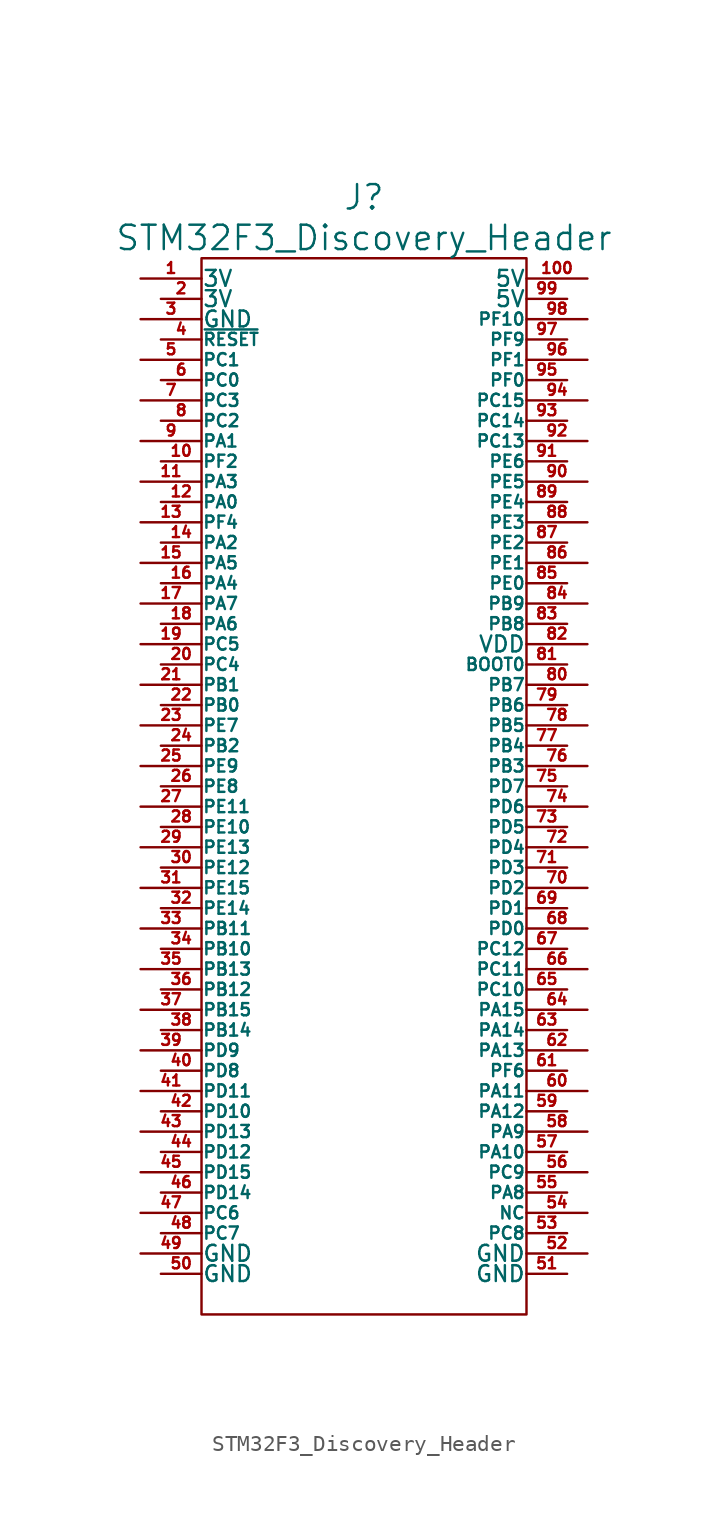
<source format=kicad_sym>
(kicad_symbol_lib
  (version 20211014)
  (generator kicad_symbol_editor)
  (symbol "STM32F3_Discovery_Header"
    (pin_names
      (offset 0.025))
    (property "Reference" "J"
      (at 0 36.83 0)
      (effects (font (size 1.524 1.524))))
    (property "Value" "STM32F3_Discovery_Header"
      (at 0 34.29 0)
      (effects (font (size 1.524 1.524))))
    (property "Footprint" ""
      (at 0 8.89 0)
      (effects (font (size 1.524 1.524))))
    (property "Datasheet" ""
      (at 0 8.89 0)
      (effects (font (size 1.524 1.524))))
    (symbol "STM32F3_Discovery_Header_0_1"
      (rectangle (start 10.16 -33.02) (end -10.16 33.02) (stroke (width 0) (type default) (color 0 0 0 0)) (fill (type none))))
    (symbol "STM32F3_Discovery_Header_1_1"
      (pin passive line (at -13.97 31.75 0) (length 3.81) (name "3V" (effects (font (size 0.991 0.991)))) (number "1" (effects (font (size 0.686 0.686)))))
      (pin passive line (at -12.7 20.32 0) (length 2.54) (name "PF2" (effects (font (size 0.762 0.762)))) (number "10" (effects (font (size 0.686 0.686)))))
      (pin passive line (at 13.97 31.75 180) (length 3.81) (name "5V" (effects (font (size 0.991 0.991)))) (number "100" (effects (font (size 0.686 0.686)))))
      (pin passive line (at -13.97 19.05 0) (length 3.81) (name "PA3" (effects (font (size 0.762 0.762)))) (number "11" (effects (font (size 0.686 0.686)))))
      (pin passive line (at -12.7 17.78 0) (length 2.54) (name "PA0" (effects (font (size 0.762 0.762)))) (number "12" (effects (font (size 0.686 0.686)))))
      (pin passive line (at -13.97 16.51 0) (length 3.81) (name "PF4" (effects (font (size 0.762 0.762)))) (number "13" (effects (font (size 0.686 0.686)))))
      (pin passive line (at -12.7 15.24 0) (length 2.54) (name "PA2" (effects (font (size 0.762 0.762)))) (number "14" (effects (font (size 0.686 0.686)))))
      (pin passive line (at -13.97 13.97 0) (length 3.81) (name "PA5" (effects (font (size 0.762 0.762)))) (number "15" (effects (font (size 0.686 0.686)))))
      (pin passive line (at -12.7 12.7 0) (length 2.54) (name "PA4" (effects (font (size 0.762 0.762)))) (number "16" (effects (font (size 0.686 0.686)))))
      (pin passive line (at -13.97 11.43 0) (length 3.81) (name "PA7" (effects (font (size 0.762 0.762)))) (number "17" (effects (font (size 0.686 0.686)))))
      (pin passive line (at -12.7 10.16 0) (length 2.54) (name "PA6" (effects (font (size 0.762 0.762)))) (number "18" (effects (font (size 0.686 0.686)))))
      (pin passive line (at -13.97 8.89 0) (length 3.81) (name "PC5" (effects (font (size 0.762 0.762)))) (number "19" (effects (font (size 0.686 0.686)))))
      (pin passive line (at -12.7 30.48 0) (length 2.54) (name "3V" (effects (font (size 0.991 0.991)))) (number "2" (effects (font (size 0.686 0.686)))))
      (pin passive line (at -12.7 7.62 0) (length 2.54) (name "PC4" (effects (font (size 0.762 0.762)))) (number "20" (effects (font (size 0.686 0.686)))))
      (pin passive line (at -13.97 6.35 0) (length 3.81) (name "PB1" (effects (font (size 0.762 0.762)))) (number "21" (effects (font (size 0.686 0.686)))))
      (pin passive line (at -12.7 5.08 0) (length 2.54) (name "PB0" (effects (font (size 0.762 0.762)))) (number "22" (effects (font (size 0.686 0.686)))))
      (pin passive line (at -13.97 3.81 0) (length 3.81) (name "PE7" (effects (font (size 0.762 0.762)))) (number "23" (effects (font (size 0.686 0.686)))))
      (pin passive line (at -12.7 2.54 0) (length 2.54) (name "PB2" (effects (font (size 0.762 0.762)))) (number "24" (effects (font (size 0.686 0.686)))))
      (pin passive line (at -13.97 1.27 0) (length 3.81) (name "PE9" (effects (font (size 0.762 0.762)))) (number "25" (effects (font (size 0.686 0.686)))))
      (pin passive line (at -12.7 0 0) (length 2.54) (name "PE8" (effects (font (size 0.762 0.762)))) (number "26" (effects (font (size 0.686 0.686)))))
      (pin passive line (at -13.97 -1.27 0) (length 3.81) (name "PE11" (effects (font (size 0.762 0.762)))) (number "27" (effects (font (size 0.686 0.686)))))
      (pin passive line (at -12.7 -2.54 0) (length 2.54) (name "PE10" (effects (font (size 0.762 0.762)))) (number "28" (effects (font (size 0.686 0.686)))))
      (pin passive line (at -13.97 -3.81 0) (length 3.81) (name "PE13" (effects (font (size 0.762 0.762)))) (number "29" (effects (font (size 0.686 0.686)))))
      (pin passive line (at -13.97 29.21 0) (length 3.81) (name "GND" (effects (font (size 0.991 0.991)))) (number "3" (effects (font (size 0.686 0.686)))))
      (pin passive line (at -12.7 -5.08 0) (length 2.54) (name "PE12" (effects (font (size 0.762 0.762)))) (number "30" (effects (font (size 0.686 0.686)))))
      (pin passive line (at -13.97 -6.35 0) (length 3.81) (name "PE15" (effects (font (size 0.762 0.762)))) (number "31" (effects (font (size 0.686 0.686)))))
      (pin passive line (at -12.7 -7.62 0) (length 2.54) (name "PE14" (effects (font (size 0.762 0.762)))) (number "32" (effects (font (size 0.686 0.686)))))
      (pin passive line (at -13.97 -8.89 0) (length 3.81) (name "PB11" (effects (font (size 0.762 0.762)))) (number "33" (effects (font (size 0.686 0.686)))))
      (pin passive line (at -12.7 -10.16 0) (length 2.54) (name "PB10" (effects (font (size 0.762 0.762)))) (number "34" (effects (font (size 0.686 0.686)))))
      (pin passive line (at -13.97 -11.43 0) (length 3.81) (name "PB13" (effects (font (size 0.762 0.762)))) (number "35" (effects (font (size 0.686 0.686)))))
      (pin passive line (at -12.7 -12.7 0) (length 2.54) (name "PB12" (effects (font (size 0.762 0.762)))) (number "36" (effects (font (size 0.686 0.686)))))
      (pin passive line (at -13.97 -13.97 0) (length 3.81) (name "PB15" (effects (font (size 0.762 0.762)))) (number "37" (effects (font (size 0.686 0.686)))))
      (pin passive line (at -12.7 -15.24 0) (length 2.54) (name "PB14" (effects (font (size 0.762 0.762)))) (number "38" (effects (font (size 0.686 0.686)))))
      (pin passive line (at -13.97 -16.51 0) (length 3.81) (name "PD9" (effects (font (size 0.762 0.762)))) (number "39" (effects (font (size 0.686 0.686)))))
      (pin passive line (at -12.7 27.94 0) (length 2.54) (name "~{RESET}" (effects (font (size 0.762 0.762)))) (number "4" (effects (font (size 0.686 0.686)))))
      (pin passive line (at -12.7 -17.78 0) (length 2.54) (name "PD8" (effects (font (size 0.762 0.762)))) (number "40" (effects (font (size 0.686 0.686)))))
      (pin passive line (at -13.97 -19.05 0) (length 3.81) (name "PD11" (effects (font (size 0.762 0.762)))) (number "41" (effects (font (size 0.686 0.686)))))
      (pin passive line (at -12.7 -20.32 0) (length 2.54) (name "PD10" (effects (font (size 0.762 0.762)))) (number "42" (effects (font (size 0.686 0.686)))))
      (pin passive line (at -13.97 -21.59 0) (length 3.81) (name "PD13" (effects (font (size 0.762 0.762)))) (number "43" (effects (font (size 0.686 0.686)))))
      (pin passive line (at -12.7 -22.86 0) (length 2.54) (name "PD12" (effects (font (size 0.762 0.762)))) (number "44" (effects (font (size 0.686 0.686)))))
      (pin passive line (at -13.97 -24.13 0) (length 3.81) (name "PD15" (effects (font (size 0.762 0.762)))) (number "45" (effects (font (size 0.686 0.686)))))
      (pin passive line (at -12.7 -25.4 0) (length 2.54) (name "PD14" (effects (font (size 0.762 0.762)))) (number "46" (effects (font (size 0.686 0.686)))))
      (pin passive line (at -13.97 -26.67 0) (length 3.81) (name "PC6" (effects (font (size 0.762 0.762)))) (number "47" (effects (font (size 0.686 0.686)))))
      (pin passive line (at -12.7 -27.94 0) (length 2.54) (name "PC7" (effects (font (size 0.762 0.762)))) (number "48" (effects (font (size 0.686 0.686)))))
      (pin passive line (at -13.97 -29.21 0) (length 3.81) (name "GND" (effects (font (size 0.991 0.991)))) (number "49" (effects (font (size 0.686 0.686)))))
      (pin passive line (at -13.97 26.67 0) (length 3.81) (name "PC1" (effects (font (size 0.762 0.762)))) (number "5" (effects (font (size 0.686 0.686)))))
      (pin passive line (at -12.7 -30.48 0) (length 2.54) (name "GND" (effects (font (size 0.991 0.991)))) (number "50" (effects (font (size 0.686 0.686)))))
      (pin passive line (at 12.7 -30.48 180) (length 2.54) (name "GND" (effects (font (size 0.991 0.991)))) (number "51" (effects (font (size 0.686 0.686)))))
      (pin passive line (at 13.97 -29.21 180) (length 3.81) (name "GND" (effects (font (size 0.991 0.991)))) (number "52" (effects (font (size 0.686 0.686)))))
      (pin passive line (at 12.7 -27.94 180) (length 2.54) (name "PC8" (effects (font (size 0.762 0.762)))) (number "53" (effects (font (size 0.686 0.686)))))
      (pin passive line (at 13.97 -26.67 180) (length 3.81) (name "NC" (effects (font (size 0.762 0.762)))) (number "54" (effects (font (size 0.686 0.686)))))
      (pin passive line (at 12.7 -25.4 180) (length 2.54) (name "PA8" (effects (font (size 0.762 0.762)))) (number "55" (effects (font (size 0.686 0.686)))))
      (pin passive line (at 13.97 -24.13 180) (length 3.81) (name "PC9" (effects (font (size 0.762 0.762)))) (number "56" (effects (font (size 0.686 0.686)))))
      (pin passive line (at 12.7 -22.86 180) (length 2.54) (name "PA10" (effects (font (size 0.762 0.762)))) (number "57" (effects (font (size 0.686 0.686)))))
      (pin passive line (at 13.97 -21.59 180) (length 3.81) (name "PA9" (effects (font (size 0.762 0.762)))) (number "58" (effects (font (size 0.686 0.686)))))
      (pin passive line (at 12.7 -20.32 180) (length 2.54) (name "PA12" (effects (font (size 0.762 0.762)))) (number "59" (effects (font (size 0.686 0.686)))))
      (pin passive line (at -12.7 25.4 0) (length 2.54) (name "PC0" (effects (font (size 0.762 0.762)))) (number "6" (effects (font (size 0.686 0.686)))))
      (pin passive line (at 13.97 -19.05 180) (length 3.81) (name "PA11" (effects (font (size 0.762 0.762)))) (number "60" (effects (font (size 0.686 0.686)))))
      (pin passive line (at 12.7 -17.78 180) (length 2.54) (name "PF6" (effects (font (size 0.762 0.762)))) (number "61" (effects (font (size 0.686 0.686)))))
      (pin passive line (at 13.97 -16.51 180) (length 3.81) (name "PA13" (effects (font (size 0.762 0.762)))) (number "62" (effects (font (size 0.686 0.686)))))
      (pin passive line (at 12.7 -15.24 180) (length 2.54) (name "PA14" (effects (font (size 0.762 0.762)))) (number "63" (effects (font (size 0.686 0.686)))))
      (pin passive line (at 13.97 -13.97 180) (length 3.81) (name "PA15" (effects (font (size 0.762 0.762)))) (number "64" (effects (font (size 0.686 0.686)))))
      (pin passive line (at 12.7 -12.7 180) (length 2.54) (name "PC10" (effects (font (size 0.762 0.762)))) (number "65" (effects (font (size 0.686 0.686)))))
      (pin passive line (at 13.97 -11.43 180) (length 3.81) (name "PC11" (effects (font (size 0.762 0.762)))) (number "66" (effects (font (size 0.686 0.686)))))
      (pin passive line (at 12.7 -10.16 180) (length 2.54) (name "PC12" (effects (font (size 0.762 0.762)))) (number "67" (effects (font (size 0.686 0.686)))))
      (pin passive line (at 13.97 -8.89 180) (length 3.81) (name "PD0" (effects (font (size 0.762 0.762)))) (number "68" (effects (font (size 0.686 0.686)))))
      (pin passive line (at 12.7 -7.62 180) (length 2.54) (name "PD1" (effects (font (size 0.762 0.762)))) (number "69" (effects (font (size 0.686 0.686)))))
      (pin passive line (at -13.97 24.13 0) (length 3.81) (name "PC3" (effects (font (size 0.762 0.762)))) (number "7" (effects (font (size 0.686 0.686)))))
      (pin passive line (at 13.97 -6.35 180) (length 3.81) (name "PD2" (effects (font (size 0.762 0.762)))) (number "70" (effects (font (size 0.686 0.686)))))
      (pin passive line (at 12.7 -5.08 180) (length 2.54) (name "PD3" (effects (font (size 0.762 0.762)))) (number "71" (effects (font (size 0.686 0.686)))))
      (pin passive line (at 13.97 -3.81 180) (length 3.81) (name "PD4" (effects (font (size 0.762 0.762)))) (number "72" (effects (font (size 0.686 0.686)))))
      (pin passive line (at 12.7 -2.54 180) (length 2.54) (name "PD5" (effects (font (size 0.762 0.762)))) (number "73" (effects (font (size 0.686 0.686)))))
      (pin passive line (at 13.97 -1.27 180) (length 3.81) (name "PD6" (effects (font (size 0.762 0.762)))) (number "74" (effects (font (size 0.686 0.686)))))
      (pin passive line (at 12.7 0 180) (length 2.54) (name "PD7" (effects (font (size 0.762 0.762)))) (number "75" (effects (font (size 0.686 0.686)))))
      (pin passive line (at 13.97 1.27 180) (length 3.81) (name "PB3" (effects (font (size 0.762 0.762)))) (number "76" (effects (font (size 0.686 0.686)))))
      (pin passive line (at 12.7 2.54 180) (length 2.54) (name "PB4" (effects (font (size 0.762 0.762)))) (number "77" (effects (font (size 0.686 0.686)))))
      (pin passive line (at 13.97 3.81 180) (length 3.81) (name "PB5" (effects (font (size 0.762 0.762)))) (number "78" (effects (font (size 0.686 0.686)))))
      (pin passive line (at 12.7 5.08 180) (length 2.54) (name "PB6" (effects (font (size 0.762 0.762)))) (number "79" (effects (font (size 0.686 0.686)))))
      (pin passive line (at -12.7 22.86 0) (length 2.54) (name "PC2" (effects (font (size 0.762 0.762)))) (number "8" (effects (font (size 0.686 0.686)))))
      (pin passive line (at 13.97 6.35 180) (length 3.81) (name "PB7" (effects (font (size 0.762 0.762)))) (number "80" (effects (font (size 0.686 0.686)))))
      (pin passive line (at 12.7 7.62 180) (length 2.54) (name "BOOT0" (effects (font (size 0.762 0.762)))) (number "81" (effects (font (size 0.686 0.686)))))
      (pin passive line (at 13.97 8.89 180) (length 3.81) (name "VDD" (effects (font (size 0.991 0.991)))) (number "82" (effects (font (size 0.686 0.686)))))
      (pin passive line (at 12.7 10.16 180) (length 2.54) (name "PB8" (effects (font (size 0.762 0.762)))) (number "83" (effects (font (size 0.686 0.686)))))
      (pin passive line (at 13.97 11.43 180) (length 3.81) (name "PB9" (effects (font (size 0.762 0.762)))) (number "84" (effects (font (size 0.686 0.686)))))
      (pin passive line (at 12.7 12.7 180) (length 2.54) (name "PE0" (effects (font (size 0.762 0.762)))) (number "85" (effects (font (size 0.686 0.686)))))
      (pin passive line (at 13.97 13.97 180) (length 3.81) (name "PE1" (effects (font (size 0.762 0.762)))) (number "86" (effects (font (size 0.686 0.686)))))
      (pin passive line (at 12.7 15.24 180) (length 2.54) (name "PE2" (effects (font (size 0.762 0.762)))) (number "87" (effects (font (size 0.686 0.686)))))
      (pin passive line (at 13.97 16.51 180) (length 3.81) (name "PE3" (effects (font (size 0.762 0.762)))) (number "88" (effects (font (size 0.686 0.686)))))
      (pin passive line (at 12.7 17.78 180) (length 2.54) (name "PE4" (effects (font (size 0.762 0.762)))) (number "89" (effects (font (size 0.686 0.686)))))
      (pin passive line (at -13.97 21.59 0) (length 3.81) (name "PA1" (effects (font (size 0.762 0.762)))) (number "9" (effects (font (size 0.686 0.686)))))
      (pin passive line (at 13.97 19.05 180) (length 3.81) (name "PE5" (effects (font (size 0.762 0.762)))) (number "90" (effects (font (size 0.686 0.686)))))
      (pin passive line (at 12.7 20.32 180) (length 2.54) (name "PE6" (effects (font (size 0.762 0.762)))) (number "91" (effects (font (size 0.686 0.686)))))
      (pin passive line (at 13.97 21.59 180) (length 3.81) (name "PC13" (effects (font (size 0.762 0.762)))) (number "92" (effects (font (size 0.686 0.686)))))
      (pin passive line (at 12.7 22.86 180) (length 2.54) (name "PC14" (effects (font (size 0.762 0.762)))) (number "93" (effects (font (size 0.686 0.686)))))
      (pin passive line (at 13.97 24.13 180) (length 3.81) (name "PC15" (effects (font (size 0.762 0.762)))) (number "94" (effects (font (size 0.686 0.686)))))
      (pin passive line (at 12.7 25.4 180) (length 2.54) (name "PF0" (effects (font (size 0.762 0.762)))) (number "95" (effects (font (size 0.686 0.686)))))
      (pin passive line (at 13.97 26.67 180) (length 3.81) (name "PF1" (effects (font (size 0.762 0.762)))) (number "96" (effects (font (size 0.686 0.686)))))
      (pin passive line (at 12.7 27.94 180) (length 2.54) (name "PF9" (effects (font (size 0.762 0.762)))) (number "97" (effects (font (size 0.686 0.686)))))
      (pin passive line (at 13.97 29.21 180) (length 3.81) (name "PF10" (effects (font (size 0.762 0.762)))) (number "98" (effects (font (size 0.686 0.686)))))
      (pin passive line (at 12.7 30.48 180) (length 2.54) (name "5V" (effects (font (size 0.991 0.991)))) (number "99" (effects (font (size 0.686 0.686))))))))
</source>
